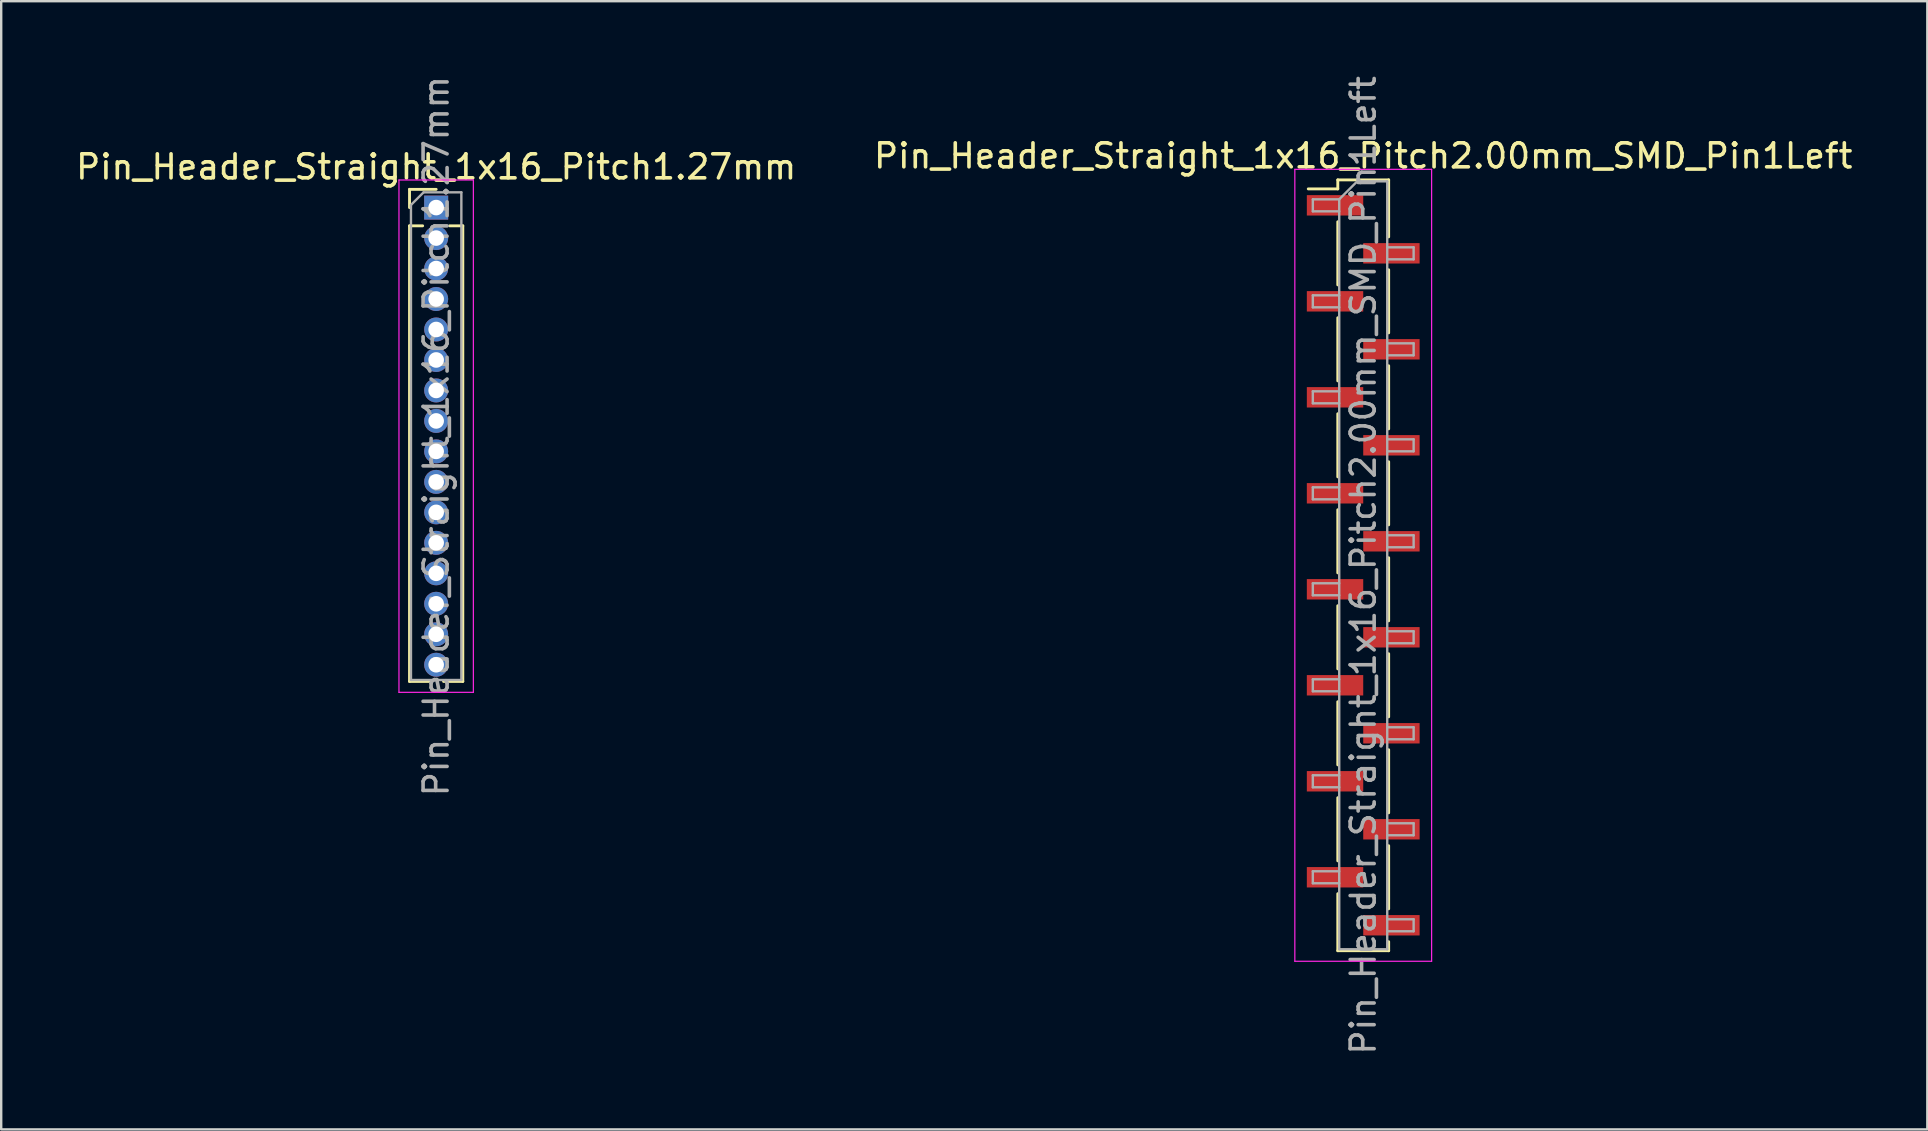
<source format=kicad_pcb>
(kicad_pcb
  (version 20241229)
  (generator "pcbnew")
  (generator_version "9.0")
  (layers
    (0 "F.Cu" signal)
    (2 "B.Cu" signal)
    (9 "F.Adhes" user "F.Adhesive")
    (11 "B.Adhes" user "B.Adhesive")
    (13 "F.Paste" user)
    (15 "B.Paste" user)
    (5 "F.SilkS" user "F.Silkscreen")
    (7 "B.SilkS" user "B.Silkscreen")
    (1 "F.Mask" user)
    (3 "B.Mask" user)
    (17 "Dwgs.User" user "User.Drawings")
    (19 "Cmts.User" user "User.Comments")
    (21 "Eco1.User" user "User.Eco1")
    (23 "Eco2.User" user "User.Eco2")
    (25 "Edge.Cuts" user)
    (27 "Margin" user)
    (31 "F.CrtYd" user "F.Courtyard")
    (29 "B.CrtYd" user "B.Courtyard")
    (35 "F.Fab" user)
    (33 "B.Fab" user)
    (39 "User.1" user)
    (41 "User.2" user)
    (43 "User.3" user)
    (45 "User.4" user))
  (footprint "Pin_Header_Straight_1x16_Pitch2.00mm_SMD_Pin1Left"
    (layer "F.Cu")
    (at 53.756 20.506)
    (property "Reference" "Pin_Header_Straight_1x16_Pitch2.00mm_SMD_Pin1Left" (at 0 -17.06 0) (layer "F.SilkS") (effects (font (size 1 1) (thickness 0.15))))
    (attr smd)
    (fp_line (start -1.06 -16.06) (end -1.06 -15.685) (stroke (width 0.12) (type solid)) (layer "F.SilkS"))
    (fp_line (start -1.06 -16.06) (end 1.06 -16.06) (stroke (width 0.12) (type solid)) (layer "F.SilkS"))
    (fp_line (start -1.06 -15.685) (end -2.29 -15.685) (stroke (width 0.12) (type solid)) (layer "F.SilkS"))
    (fp_line (start -1.06 -14.315) (end -1.06 -11.685) (stroke (width 0.12) (type solid)) (layer "F.SilkS"))
    (fp_line (start -1.06 -10.315) (end -1.06 -7.685) (stroke (width 0.12) (type solid)) (layer "F.SilkS"))
    (fp_line (start -1.06 -6.315) (end -1.06 -3.685) (stroke (width 0.12) (type solid)) (layer "F.SilkS"))
    (fp_line (start -1.06 -2.315) (end -1.06 0.315) (stroke (width 0.12) (type solid)) (layer "F.SilkS"))
    (fp_line (start -1.06 1.685) (end -1.06 4.315) (stroke (width 0.12) (type solid)) (layer "F.SilkS"))
    (fp_line (start -1.06 5.685) (end -1.06 8.315) (stroke (width 0.12) (type solid)) (layer "F.SilkS"))
    (fp_line (start -1.06 9.685) (end -1.06 12.315) (stroke (width 0.12) (type solid)) (layer "F.SilkS"))
    (fp_line (start -1.06 13.685) (end -1.06 16.06) (stroke (width 0.12) (type solid)) (layer "F.SilkS"))
    (fp_line (start -1.06 16.06) (end 1.06 16.06) (stroke (width 0.12) (type solid)) (layer "F.SilkS"))
    (fp_line (start 1.06 -16.06) (end 1.06 -13.685) (stroke (width 0.12) (type solid)) (layer "F.SilkS"))
    (fp_line (start 1.06 -12.315) (end 1.06 -9.685) (stroke (width 0.12) (type solid)) (layer "F.SilkS"))
    (fp_line (start 1.06 -8.315) (end 1.06 -5.685) (stroke (width 0.12) (type solid)) (layer "F.SilkS"))
    (fp_line (start 1.06 -4.315) (end 1.06 -1.685) (stroke (width 0.12) (type solid)) (layer "F.SilkS"))
    (fp_line (start 1.06 -0.315) (end 1.06 2.315) (stroke (width 0.12) (type solid)) (layer "F.SilkS"))
    (fp_line (start 1.06 3.685) (end 1.06 6.315) (stroke (width 0.12) (type solid)) (layer "F.SilkS"))
    (fp_line (start 1.06 7.685) (end 1.06 10.315) (stroke (width 0.12) (type solid)) (layer "F.SilkS"))
    (fp_line (start 1.06 11.685) (end 1.06 14.315) (stroke (width 0.12) (type solid)) (layer "F.SilkS"))
    (fp_line (start 1.06 15.685) (end 1.06 16.06) (stroke (width 0.12) (type solid)) (layer "F.SilkS"))
    (fp_line (start -2.85 -16.5) (end -2.85 16.5) (stroke (width 0.05) (type solid)) (layer "F.CrtYd"))
    (fp_line (start -2.85 16.5) (end 2.85 16.5) (stroke (width 0.05) (type solid)) (layer "F.CrtYd"))
    (fp_line (start 2.85 -16.5) (end -2.85 -16.5) (stroke (width 0.05) (type solid)) (layer "F.CrtYd"))
    (fp_line (start 2.85 16.5) (end 2.85 -16.5) (stroke (width 0.05) (type solid)) (layer "F.CrtYd"))
    (fp_line (start -2.1 -15.25) (end -2.1 -14.75) (stroke (width 0.1) (type solid)) (layer "F.Fab"))
    (fp_line (start -2.1 -14.75) (end -1 -14.75) (stroke (width 0.1) (type solid)) (layer "F.Fab"))
    (fp_line (start -2.1 -11.25) (end -2.1 -10.75) (stroke (width 0.1) (type solid)) (layer "F.Fab"))
    (fp_line (start -2.1 -10.75) (end -1 -10.75) (stroke (width 0.1) (type solid)) (layer "F.Fab"))
    (fp_line (start -2.1 -7.25) (end -2.1 -6.75) (stroke (width 0.1) (type solid)) (layer "F.Fab"))
    (fp_line (start -2.1 -6.75) (end -1 -6.75) (stroke (width 0.1) (type solid)) (layer "F.Fab"))
    (fp_line (start -2.1 -3.25) (end -2.1 -2.75) (stroke (width 0.1) (type solid)) (layer "F.Fab"))
    (fp_line (start -2.1 -2.75) (end -1 -2.75) (stroke (width 0.1) (type solid)) (layer "F.Fab"))
    (fp_line (start -2.1 0.75) (end -2.1 1.25) (stroke (width 0.1) (type solid)) (layer "F.Fab"))
    (fp_line (start -2.1 1.25) (end -1 1.25) (stroke (width 0.1) (type solid)) (layer "F.Fab"))
    (fp_line (start -2.1 4.75) (end -2.1 5.25) (stroke (width 0.1) (type solid)) (layer "F.Fab"))
    (fp_line (start -2.1 5.25) (end -1 5.25) (stroke (width 0.1) (type solid)) (layer "F.Fab"))
    (fp_line (start -2.1 8.75) (end -2.1 9.25) (stroke (width 0.1) (type solid)) (layer "F.Fab"))
    (fp_line (start -2.1 9.25) (end -1 9.25) (stroke (width 0.1) (type solid)) (layer "F.Fab"))
    (fp_line (start -2.1 12.75) (end -2.1 13.25) (stroke (width 0.1) (type solid)) (layer "F.Fab"))
    (fp_line (start -2.1 13.25) (end -1 13.25) (stroke (width 0.1) (type solid)) (layer "F.Fab"))
    (fp_line (start -1 -15.25) (end -2.1 -15.25) (stroke (width 0.1) (type solid)) (layer "F.Fab"))
    (fp_line (start -1 -15.25) (end -0.25 -16) (stroke (width 0.1) (type solid)) (layer "F.Fab"))
    (fp_line (start -1 -11.25) (end -2.1 -11.25) (stroke (width 0.1) (type solid)) (layer "F.Fab"))
    (fp_line (start -1 -7.25) (end -2.1 -7.25) (stroke (width 0.1) (type solid)) (layer "F.Fab"))
    (fp_line (start -1 -3.25) (end -2.1 -3.25) (stroke (width 0.1) (type solid)) (layer "F.Fab"))
    (fp_line (start -1 0.75) (end -2.1 0.75) (stroke (width 0.1) (type solid)) (layer "F.Fab"))
    (fp_line (start -1 4.75) (end -2.1 4.75) (stroke (width 0.1) (type solid)) (layer "F.Fab"))
    (fp_line (start -1 8.75) (end -2.1 8.75) (stroke (width 0.1) (type solid)) (layer "F.Fab"))
    (fp_line (start -1 12.75) (end -2.1 12.75) (stroke (width 0.1) (type solid)) (layer "F.Fab"))
    (fp_line (start -1 16) (end -1 -15.25) (stroke (width 0.1) (type solid)) (layer "F.Fab"))
    (fp_line (start -0.25 -16) (end 1 -16) (stroke (width 0.1) (type solid)) (layer "F.Fab"))
    (fp_line (start 1 -16) (end 1 16) (stroke (width 0.1) (type solid)) (layer "F.Fab"))
    (fp_line (start 1 -13.25) (end 2.1 -13.25) (stroke (width 0.1) (type solid)) (layer "F.Fab"))
    (fp_line (start 1 -9.25) (end 2.1 -9.25) (stroke (width 0.1) (type solid)) (layer "F.Fab"))
    (fp_line (start 1 -5.25) (end 2.1 -5.25) (stroke (width 0.1) (type solid)) (layer "F.Fab"))
    (fp_line (start 1 -1.25) (end 2.1 -1.25) (stroke (width 0.1) (type solid)) (layer "F.Fab"))
    (fp_line (start 1 2.75) (end 2.1 2.75) (stroke (width 0.1) (type solid)) (layer "F.Fab"))
    (fp_line (start 1 6.75) (end 2.1 6.75) (stroke (width 0.1) (type solid)) (layer "F.Fab"))
    (fp_line (start 1 10.75) (end 2.1 10.75) (stroke (width 0.1) (type solid)) (layer "F.Fab"))
    (fp_line (start 1 14.75) (end 2.1 14.75) (stroke (width 0.1) (type solid)) (layer "F.Fab"))
    (fp_line (start 1 16) (end -1 16) (stroke (width 0.1) (type solid)) (layer "F.Fab"))
    (fp_line (start 2.1 -13.25) (end 2.1 -12.75) (stroke (width 0.1) (type solid)) (layer "F.Fab"))
    (fp_line (start 2.1 -12.75) (end 1 -12.75) (stroke (width 0.1) (type solid)) (layer "F.Fab"))
    (fp_line (start 2.1 -9.25) (end 2.1 -8.75) (stroke (width 0.1) (type solid)) (layer "F.Fab"))
    (fp_line (start 2.1 -8.75) (end 1 -8.75) (stroke (width 0.1) (type solid)) (layer "F.Fab"))
    (fp_line (start 2.1 -5.25) (end 2.1 -4.75) (stroke (width 0.1) (type solid)) (layer "F.Fab"))
    (fp_line (start 2.1 -4.75) (end 1 -4.75) (stroke (width 0.1) (type solid)) (layer "F.Fab"))
    (fp_line (start 2.1 -1.25) (end 2.1 -0.75) (stroke (width 0.1) (type solid)) (layer "F.Fab"))
    (fp_line (start 2.1 -0.75) (end 1 -0.75) (stroke (width 0.1) (type solid)) (layer "F.Fab"))
    (fp_line (start 2.1 2.75) (end 2.1 3.25) (stroke (width 0.1) (type solid)) (layer "F.Fab"))
    (fp_line (start 2.1 3.25) (end 1 3.25) (stroke (width 0.1) (type solid)) (layer "F.Fab"))
    (fp_line (start 2.1 6.75) (end 2.1 7.25) (stroke (width 0.1) (type solid)) (layer "F.Fab"))
    (fp_line (start 2.1 7.25) (end 1 7.25) (stroke (width 0.1) (type solid)) (layer "F.Fab"))
    (fp_line (start 2.1 10.75) (end 2.1 11.25) (stroke (width 0.1) (type solid)) (layer "F.Fab"))
    (fp_line (start 2.1 11.25) (end 1 11.25) (stroke (width 0.1) (type solid)) (layer "F.Fab"))
    (fp_line (start 2.1 14.75) (end 2.1 15.25) (stroke (width 0.1) (type solid)) (layer "F.Fab"))
    (fp_line (start 2.1 15.25) (end 1 15.25) (stroke (width 0.1) (type solid)) (layer "F.Fab"))
    (fp_text user "${REFERENCE}" (at 0 0 90) (layer "F.Fab") (effects (font (size 1 1) (thickness 0.15))))
    (pad "1" smd rect (at -1.175 -15) (size 2.35 0.85) (layers "F.Cu" "F.Mask" "F.Paste"))
    (pad "2" smd rect (at 1.175 -13) (size 2.35 0.85) (layers "F.Cu" "F.Mask" "F.Paste"))
    (pad "3" smd rect (at -1.175 -11) (size 2.35 0.85) (layers "F.Cu" "F.Mask" "F.Paste"))
    (pad "4" smd rect (at 1.175 -9) (size 2.35 0.85) (layers "F.Cu" "F.Mask" "F.Paste"))
    (pad "5" smd rect (at -1.175 -7) (size 2.35 0.85) (layers "F.Cu" "F.Mask" "F.Paste"))
    (pad "6" smd rect (at 1.175 -5) (size 2.35 0.85) (layers "F.Cu" "F.Mask" "F.Paste"))
    (pad "7" smd rect (at -1.175 -3) (size 2.35 0.85) (layers "F.Cu" "F.Mask" "F.Paste"))
    (pad "8" smd rect (at 1.175 -1) (size 2.35 0.85) (layers "F.Cu" "F.Mask" "F.Paste"))
    (pad "9" smd rect (at -1.175 1) (size 2.35 0.85) (layers "F.Cu" "F.Mask" "F.Paste"))
    (pad "10" smd rect (at 1.175 3) (size 2.35 0.85) (layers "F.Cu" "F.Mask" "F.Paste"))
    (pad "11" smd rect (at -1.175 5) (size 2.35 0.85) (layers "F.Cu" "F.Mask" "F.Paste"))
    (pad "12" smd rect (at 1.175 7) (size 2.35 0.85) (layers "F.Cu" "F.Mask" "F.Paste"))
    (pad "13" smd rect (at -1.175 9) (size 2.35 0.85) (layers "F.Cu" "F.Mask" "F.Paste"))
    (pad "14" smd rect (at 1.175 11) (size 2.35 0.85) (layers "F.Cu" "F.Mask" "F.Paste"))
    (pad "15" smd rect (at -1.175 13) (size 2.35 0.85) (layers "F.Cu" "F.Mask" "F.Paste"))
    (pad "16" smd rect (at 1.175 15) (size 2.35 0.85) (layers "F.Cu" "F.Mask" "F.Paste")))
  (footprint "Pin_Header_Straight_1x16_Pitch1.27mm"
    (layer "F.Cu")
    (at 15.125 5.6)
    (property "Reference" "Pin_Header_Straight_1x16_Pitch1.27mm" (at 0 -1.695 0) (layer "F.SilkS") (effects (font (size 1 1) (thickness 0.15))))
    (attr through_hole)
    (fp_line (start -1.11 -0.76) (end 0 -0.76) (stroke (width 0.12) (type solid)) (layer "F.SilkS"))
    (fp_line (start -1.11 0) (end -1.11 -0.76) (stroke (width 0.12) (type solid)) (layer "F.SilkS"))
    (fp_line (start -1.11 0.76) (end -1.11 19.745) (stroke (width 0.12) (type solid)) (layer "F.SilkS"))
    (fp_line (start -1.11 0.76) (end -0.563 0.76) (stroke (width 0.12) (type solid)) (layer "F.SilkS"))
    (fp_line (start -1.11 19.745) (end -0.308 19.745) (stroke (width 0.12) (type solid)) (layer "F.SilkS"))
    (fp_line (start 0.308 19.745) (end 1.11 19.745) (stroke (width 0.12) (type solid)) (layer "F.SilkS"))
    (fp_line (start 0.563 0.76) (end 1.11 0.76) (stroke (width 0.12) (type solid)) (layer "F.SilkS"))
    (fp_line (start 1.11 0.76) (end 1.11 19.745) (stroke (width 0.12) (type solid)) (layer "F.SilkS"))
    (fp_line (start -1.55 -1.15) (end -1.55 20.2) (stroke (width 0.05) (type solid)) (layer "F.CrtYd"))
    (fp_line (start -1.55 20.2) (end 1.55 20.2) (stroke (width 0.05) (type solid)) (layer "F.CrtYd"))
    (fp_line (start 1.55 -1.15) (end -1.55 -1.15) (stroke (width 0.05) (type solid)) (layer "F.CrtYd"))
    (fp_line (start 1.55 20.2) (end 1.55 -1.15) (stroke (width 0.05) (type solid)) (layer "F.CrtYd"))
    (fp_line (start -1.05 -0.11) (end -0.525 -0.635) (stroke (width 0.1) (type solid)) (layer "F.Fab"))
    (fp_line (start -1.05 19.685) (end -1.05 -0.11) (stroke (width 0.1) (type solid)) (layer "F.Fab"))
    (fp_line (start -0.525 -0.635) (end 1.05 -0.635) (stroke (width 0.1) (type solid)) (layer "F.Fab"))
    (fp_line (start 1.05 -0.635) (end 1.05 19.685) (stroke (width 0.1) (type solid)) (layer "F.Fab"))
    (fp_line (start 1.05 19.685) (end -1.05 19.685) (stroke (width 0.1) (type solid)) (layer "F.Fab"))
    (fp_text user "${REFERENCE}" (at 0 9.525 90) (layer "F.Fab") (effects (font (size 1 1) (thickness 0.15))))
    (pad "1" thru_hole rect (at 0 0) (size 1 1) (drill 0.65) (layers "*.Cu" "*.Mask"))
    (pad "2" thru_hole oval (at 0 1.27) (size 1 1) (drill 0.65) (layers "*.Cu" "*.Mask"))
    (pad "3" thru_hole oval (at 0 2.54) (size 1 1) (drill 0.65) (layers "*.Cu" "*.Mask"))
    (pad "4" thru_hole oval (at 0 3.81) (size 1 1) (drill 0.65) (layers "*.Cu" "*.Mask"))
    (pad "5" thru_hole oval (at 0 5.08) (size 1 1) (drill 0.65) (layers "*.Cu" "*.Mask"))
    (pad "6" thru_hole oval (at 0 6.35) (size 1 1) (drill 0.65) (layers "*.Cu" "*.Mask"))
    (pad "7" thru_hole oval (at 0 7.62) (size 1 1) (drill 0.65) (layers "*.Cu" "*.Mask"))
    (pad "8" thru_hole oval (at 0 8.89) (size 1 1) (drill 0.65) (layers "*.Cu" "*.Mask"))
    (pad "9" thru_hole oval (at 0 10.16) (size 1 1) (drill 0.65) (layers "*.Cu" "*.Mask"))
    (pad "10" thru_hole oval (at 0 11.43) (size 1 1) (drill 0.65) (layers "*.Cu" "*.Mask"))
    (pad "11" thru_hole oval (at 0 12.7) (size 1 1) (drill 0.65) (layers "*.Cu" "*.Mask"))
    (pad "12" thru_hole oval (at 0 13.97) (size 1 1) (drill 0.65) (layers "*.Cu" "*.Mask"))
    (pad "13" thru_hole oval (at 0 15.24) (size 1 1) (drill 0.65) (layers "*.Cu" "*.Mask"))
    (pad "14" thru_hole oval (at 0 16.51) (size 1 1) (drill 0.65) (layers "*.Cu" "*.Mask"))
    (pad "15" thru_hole oval (at 0 17.78) (size 1 1) (drill 0.65) (layers "*.Cu" "*.Mask"))
    (pad "16" thru_hole oval (at 0 19.05) (size 1 1) (drill 0.65) (layers "*.Cu" "*.Mask")))
  (gr_rect
    (start -3 -3)
    (end 77.262 44.012)
    (stroke (width 0.1) (type default))
    (fill no)
    (layer "Edge.Cuts")))
</source>
